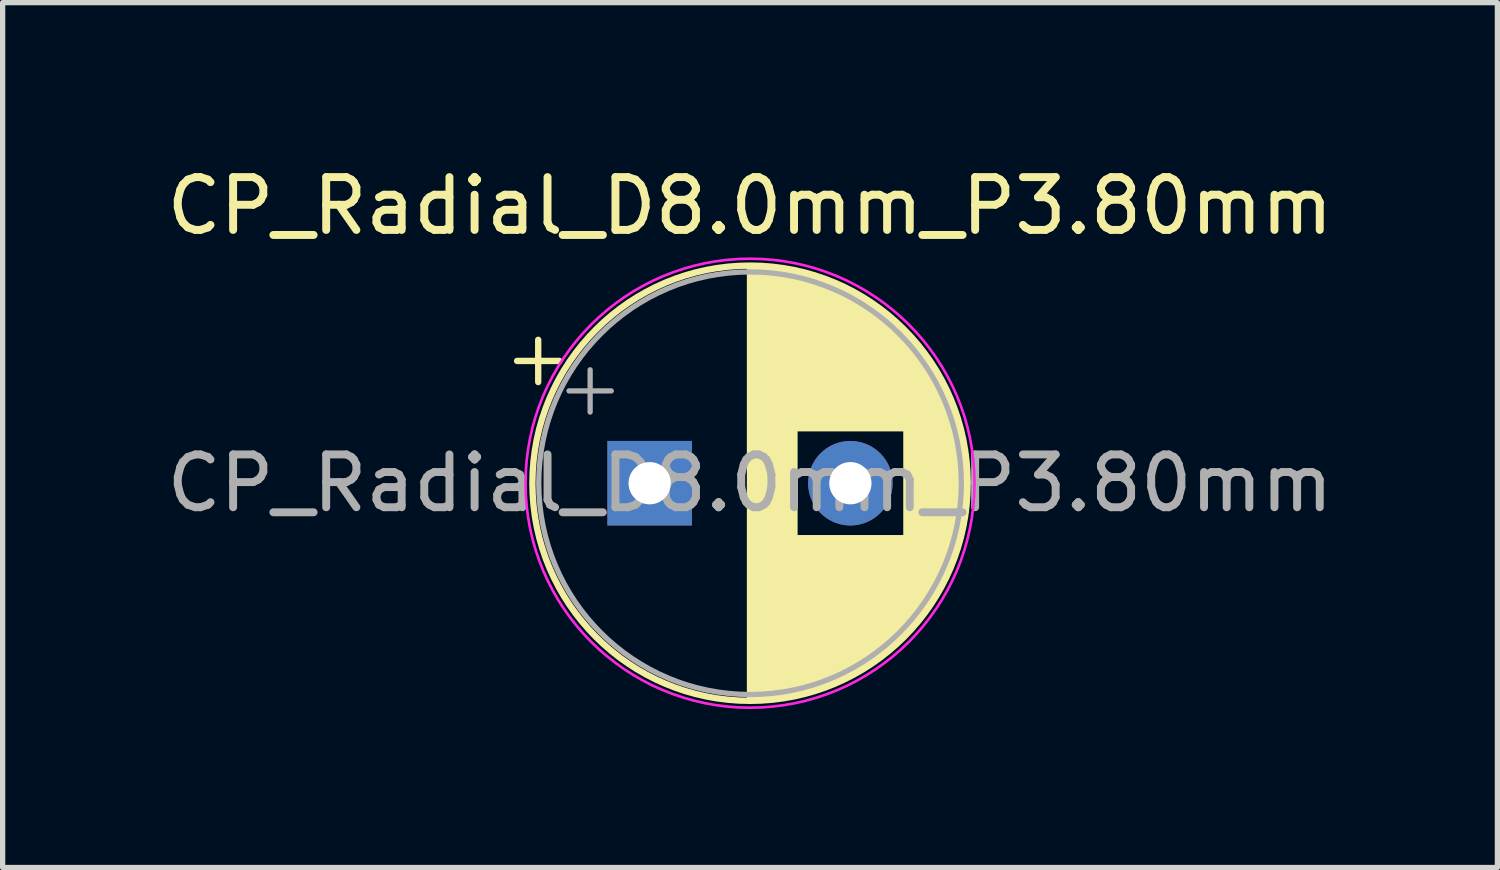
<source format=kicad_pcb>
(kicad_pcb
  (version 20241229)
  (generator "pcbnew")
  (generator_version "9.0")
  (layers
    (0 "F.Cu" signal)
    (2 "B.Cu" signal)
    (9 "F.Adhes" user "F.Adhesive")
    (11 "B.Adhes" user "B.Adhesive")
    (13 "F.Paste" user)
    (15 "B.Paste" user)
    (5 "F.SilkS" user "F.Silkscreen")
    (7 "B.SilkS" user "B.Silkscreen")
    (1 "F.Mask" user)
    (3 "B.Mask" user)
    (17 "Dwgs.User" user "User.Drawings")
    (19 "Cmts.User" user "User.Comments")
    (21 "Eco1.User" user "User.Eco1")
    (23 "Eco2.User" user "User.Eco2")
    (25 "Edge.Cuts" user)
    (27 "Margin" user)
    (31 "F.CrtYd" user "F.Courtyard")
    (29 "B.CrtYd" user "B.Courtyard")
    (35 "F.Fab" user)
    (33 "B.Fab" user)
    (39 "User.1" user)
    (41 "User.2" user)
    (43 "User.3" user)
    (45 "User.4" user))
  (footprint "CP_Radial_D8.0mm_P3.80mm"
    (layer "F.Cu")
    (at 11.149 6.098)
    (property "Reference" "CP_Radial_D8.0mm_P3.80mm" (at 0 -5.25 0) (layer "F.SilkS") (effects (font (size 1 1) (thickness 0.15))))
    (attr through_hole)
    (fp_line (start -4.41 -2.315) (end -3.61 -2.315) (stroke (width 0.12) (type solid)) (layer "F.SilkS"))
    (fp_line (start -4.01 -2.715) (end -4.01 -1.915) (stroke (width 0.12) (type solid)) (layer "F.SilkS"))
    (fp_line (start 0 -4.08) (end 0 4.08) (stroke (width 0.12) (type solid)) (layer "F.SilkS"))
    (fp_line (start 0.04 -4.08) (end 0.04 4.08) (stroke (width 0.12) (type solid)) (layer "F.SilkS"))
    (fp_line (start 0.08 -4.08) (end 0.08 4.08) (stroke (width 0.12) (type solid)) (layer "F.SilkS"))
    (fp_line (start 0.12 -4.079) (end 0.12 4.079) (stroke (width 0.12) (type solid)) (layer "F.SilkS"))
    (fp_line (start 0.16 -4.077) (end 0.16 4.077) (stroke (width 0.12) (type solid)) (layer "F.SilkS"))
    (fp_line (start 0.2 -4.076) (end 0.2 4.076) (stroke (width 0.12) (type solid)) (layer "F.SilkS"))
    (fp_line (start 0.24 -4.074) (end 0.24 4.074) (stroke (width 0.12) (type solid)) (layer "F.SilkS"))
    (fp_line (start 0.28 -4.071) (end 0.28 4.071) (stroke (width 0.12) (type solid)) (layer "F.SilkS"))
    (fp_line (start 0.32 -4.068) (end 0.32 4.068) (stroke (width 0.12) (type solid)) (layer "F.SilkS"))
    (fp_line (start 0.36 -4.065) (end 0.36 4.065) (stroke (width 0.12) (type solid)) (layer "F.SilkS"))
    (fp_line (start 0.4 -4.061) (end 0.4 4.061) (stroke (width 0.12) (type solid)) (layer "F.SilkS"))
    (fp_line (start 0.44 -4.057) (end 0.44 4.057) (stroke (width 0.12) (type solid)) (layer "F.SilkS"))
    (fp_line (start 0.48 -4.052) (end 0.48 4.052) (stroke (width 0.12) (type solid)) (layer "F.SilkS"))
    (fp_line (start 0.52 -4.048) (end 0.52 4.048) (stroke (width 0.12) (type solid)) (layer "F.SilkS"))
    (fp_line (start 0.56 -4.042) (end 0.56 4.042) (stroke (width 0.12) (type solid)) (layer "F.SilkS"))
    (fp_line (start 0.6 -4.037) (end 0.6 4.037) (stroke (width 0.12) (type solid)) (layer "F.SilkS"))
    (fp_line (start 0.64 -4.03) (end 0.64 4.03) (stroke (width 0.12) (type solid)) (layer "F.SilkS"))
    (fp_line (start 0.68 -4.024) (end 0.68 4.024) (stroke (width 0.12) (type solid)) (layer "F.SilkS"))
    (fp_line (start 0.721 -4.017) (end 0.721 4.017) (stroke (width 0.12) (type solid)) (layer "F.SilkS"))
    (fp_line (start 0.761 -4.01) (end 0.761 4.01) (stroke (width 0.12) (type solid)) (layer "F.SilkS"))
    (fp_line (start 0.801 -4.002) (end 0.801 4.002) (stroke (width 0.12) (type solid)) (layer "F.SilkS"))
    (fp_line (start 0.841 -3.994) (end 0.841 3.994) (stroke (width 0.12) (type solid)) (layer "F.SilkS"))
    (fp_line (start 0.881 -3.985) (end 0.881 -1.04) (stroke (width 0.12) (type solid)) (layer "F.SilkS"))
    (fp_line (start 0.881 1.04) (end 0.881 3.985) (stroke (width 0.12) (type solid)) (layer "F.SilkS"))
    (fp_line (start 0.921 -3.976) (end 0.921 -1.04) (stroke (width 0.12) (type solid)) (layer "F.SilkS"))
    (fp_line (start 0.921 1.04) (end 0.921 3.976) (stroke (width 0.12) (type solid)) (layer "F.SilkS"))
    (fp_line (start 0.961 -3.967) (end 0.961 -1.04) (stroke (width 0.12) (type solid)) (layer "F.SilkS"))
    (fp_line (start 0.961 1.04) (end 0.961 3.967) (stroke (width 0.12) (type solid)) (layer "F.SilkS"))
    (fp_line (start 1.001 -3.957) (end 1.001 -1.04) (stroke (width 0.12) (type solid)) (layer "F.SilkS"))
    (fp_line (start 1.001 1.04) (end 1.001 3.957) (stroke (width 0.12) (type solid)) (layer "F.SilkS"))
    (fp_line (start 1.041 -3.947) (end 1.041 -1.04) (stroke (width 0.12) (type solid)) (layer "F.SilkS"))
    (fp_line (start 1.041 1.04) (end 1.041 3.947) (stroke (width 0.12) (type solid)) (layer "F.SilkS"))
    (fp_line (start 1.081 -3.936) (end 1.081 -1.04) (stroke (width 0.12) (type solid)) (layer "F.SilkS"))
    (fp_line (start 1.081 1.04) (end 1.081 3.936) (stroke (width 0.12) (type solid)) (layer "F.SilkS"))
    (fp_line (start 1.121 -3.925) (end 1.121 -1.04) (stroke (width 0.12) (type solid)) (layer "F.SilkS"))
    (fp_line (start 1.121 1.04) (end 1.121 3.925) (stroke (width 0.12) (type solid)) (layer "F.SilkS"))
    (fp_line (start 1.161 -3.914) (end 1.161 -1.04) (stroke (width 0.12) (type solid)) (layer "F.SilkS"))
    (fp_line (start 1.161 1.04) (end 1.161 3.914) (stroke (width 0.12) (type solid)) (layer "F.SilkS"))
    (fp_line (start 1.201 -3.902) (end 1.201 -1.04) (stroke (width 0.12) (type solid)) (layer "F.SilkS"))
    (fp_line (start 1.201 1.04) (end 1.201 3.902) (stroke (width 0.12) (type solid)) (layer "F.SilkS"))
    (fp_line (start 1.241 -3.889) (end 1.241 -1.04) (stroke (width 0.12) (type solid)) (layer "F.SilkS"))
    (fp_line (start 1.241 1.04) (end 1.241 3.889) (stroke (width 0.12) (type solid)) (layer "F.SilkS"))
    (fp_line (start 1.281 -3.877) (end 1.281 -1.04) (stroke (width 0.12) (type solid)) (layer "F.SilkS"))
    (fp_line (start 1.281 1.04) (end 1.281 3.877) (stroke (width 0.12) (type solid)) (layer "F.SilkS"))
    (fp_line (start 1.321 -3.863) (end 1.321 -1.04) (stroke (width 0.12) (type solid)) (layer "F.SilkS"))
    (fp_line (start 1.321 1.04) (end 1.321 3.863) (stroke (width 0.12) (type solid)) (layer "F.SilkS"))
    (fp_line (start 1.361 -3.85) (end 1.361 -1.04) (stroke (width 0.12) (type solid)) (layer "F.SilkS"))
    (fp_line (start 1.361 1.04) (end 1.361 3.85) (stroke (width 0.12) (type solid)) (layer "F.SilkS"))
    (fp_line (start 1.401 -3.835) (end 1.401 -1.04) (stroke (width 0.12) (type solid)) (layer "F.SilkS"))
    (fp_line (start 1.401 1.04) (end 1.401 3.835) (stroke (width 0.12) (type solid)) (layer "F.SilkS"))
    (fp_line (start 1.441 -3.821) (end 1.441 -1.04) (stroke (width 0.12) (type solid)) (layer "F.SilkS"))
    (fp_line (start 1.441 1.04) (end 1.441 3.821) (stroke (width 0.12) (type solid)) (layer "F.SilkS"))
    (fp_line (start 1.481 -3.805) (end 1.481 -1.04) (stroke (width 0.12) (type solid)) (layer "F.SilkS"))
    (fp_line (start 1.481 1.04) (end 1.481 3.805) (stroke (width 0.12) (type solid)) (layer "F.SilkS"))
    (fp_line (start 1.521 -3.79) (end 1.521 -1.04) (stroke (width 0.12) (type solid)) (layer "F.SilkS"))
    (fp_line (start 1.521 1.04) (end 1.521 3.79) (stroke (width 0.12) (type solid)) (layer "F.SilkS"))
    (fp_line (start 1.561 -3.774) (end 1.561 -1.04) (stroke (width 0.12) (type solid)) (layer "F.SilkS"))
    (fp_line (start 1.561 1.04) (end 1.561 3.774) (stroke (width 0.12) (type solid)) (layer "F.SilkS"))
    (fp_line (start 1.601 -3.757) (end 1.601 -1.04) (stroke (width 0.12) (type solid)) (layer "F.SilkS"))
    (fp_line (start 1.601 1.04) (end 1.601 3.757) (stroke (width 0.12) (type solid)) (layer "F.SilkS"))
    (fp_line (start 1.641 -3.74) (end 1.641 -1.04) (stroke (width 0.12) (type solid)) (layer "F.SilkS"))
    (fp_line (start 1.641 1.04) (end 1.641 3.74) (stroke (width 0.12) (type solid)) (layer "F.SilkS"))
    (fp_line (start 1.681 -3.722) (end 1.681 -1.04) (stroke (width 0.12) (type solid)) (layer "F.SilkS"))
    (fp_line (start 1.681 1.04) (end 1.681 3.722) (stroke (width 0.12) (type solid)) (layer "F.SilkS"))
    (fp_line (start 1.721 -3.704) (end 1.721 -1.04) (stroke (width 0.12) (type solid)) (layer "F.SilkS"))
    (fp_line (start 1.721 1.04) (end 1.721 3.704) (stroke (width 0.12) (type solid)) (layer "F.SilkS"))
    (fp_line (start 1.761 -3.686) (end 1.761 -1.04) (stroke (width 0.12) (type solid)) (layer "F.SilkS"))
    (fp_line (start 1.761 1.04) (end 1.761 3.686) (stroke (width 0.12) (type solid)) (layer "F.SilkS"))
    (fp_line (start 1.801 -3.666) (end 1.801 -1.04) (stroke (width 0.12) (type solid)) (layer "F.SilkS"))
    (fp_line (start 1.801 1.04) (end 1.801 3.666) (stroke (width 0.12) (type solid)) (layer "F.SilkS"))
    (fp_line (start 1.841 -3.647) (end 1.841 -1.04) (stroke (width 0.12) (type solid)) (layer "F.SilkS"))
    (fp_line (start 1.841 1.04) (end 1.841 3.647) (stroke (width 0.12) (type solid)) (layer "F.SilkS"))
    (fp_line (start 1.881 -3.627) (end 1.881 -1.04) (stroke (width 0.12) (type solid)) (layer "F.SilkS"))
    (fp_line (start 1.881 1.04) (end 1.881 3.627) (stroke (width 0.12) (type solid)) (layer "F.SilkS"))
    (fp_line (start 1.921 -3.606) (end 1.921 -1.04) (stroke (width 0.12) (type solid)) (layer "F.SilkS"))
    (fp_line (start 1.921 1.04) (end 1.921 3.606) (stroke (width 0.12) (type solid)) (layer "F.SilkS"))
    (fp_line (start 1.961 -3.584) (end 1.961 -1.04) (stroke (width 0.12) (type solid)) (layer "F.SilkS"))
    (fp_line (start 1.961 1.04) (end 1.961 3.584) (stroke (width 0.12) (type solid)) (layer "F.SilkS"))
    (fp_line (start 2.001 -3.562) (end 2.001 -1.04) (stroke (width 0.12) (type solid)) (layer "F.SilkS"))
    (fp_line (start 2.001 1.04) (end 2.001 3.562) (stroke (width 0.12) (type solid)) (layer "F.SilkS"))
    (fp_line (start 2.041 -3.54) (end 2.041 -1.04) (stroke (width 0.12) (type solid)) (layer "F.SilkS"))
    (fp_line (start 2.041 1.04) (end 2.041 3.54) (stroke (width 0.12) (type solid)) (layer "F.SilkS"))
    (fp_line (start 2.081 -3.517) (end 2.081 -1.04) (stroke (width 0.12) (type solid)) (layer "F.SilkS"))
    (fp_line (start 2.081 1.04) (end 2.081 3.517) (stroke (width 0.12) (type solid)) (layer "F.SilkS"))
    (fp_line (start 2.121 -3.493) (end 2.121 -1.04) (stroke (width 0.12) (type solid)) (layer "F.SilkS"))
    (fp_line (start 2.121 1.04) (end 2.121 3.493) (stroke (width 0.12) (type solid)) (layer "F.SilkS"))
    (fp_line (start 2.161 -3.469) (end 2.161 -1.04) (stroke (width 0.12) (type solid)) (layer "F.SilkS"))
    (fp_line (start 2.161 1.04) (end 2.161 3.469) (stroke (width 0.12) (type solid)) (layer "F.SilkS"))
    (fp_line (start 2.201 -3.444) (end 2.201 -1.04) (stroke (width 0.12) (type solid)) (layer "F.SilkS"))
    (fp_line (start 2.201 1.04) (end 2.201 3.444) (stroke (width 0.12) (type solid)) (layer "F.SilkS"))
    (fp_line (start 2.241 -3.418) (end 2.241 -1.04) (stroke (width 0.12) (type solid)) (layer "F.SilkS"))
    (fp_line (start 2.241 1.04) (end 2.241 3.418) (stroke (width 0.12) (type solid)) (layer "F.SilkS"))
    (fp_line (start 2.281 -3.392) (end 2.281 -1.04) (stroke (width 0.12) (type solid)) (layer "F.SilkS"))
    (fp_line (start 2.281 1.04) (end 2.281 3.392) (stroke (width 0.12) (type solid)) (layer "F.SilkS"))
    (fp_line (start 2.321 -3.365) (end 2.321 -1.04) (stroke (width 0.12) (type solid)) (layer "F.SilkS"))
    (fp_line (start 2.321 1.04) (end 2.321 3.365) (stroke (width 0.12) (type solid)) (layer "F.SilkS"))
    (fp_line (start 2.361 -3.338) (end 2.361 -1.04) (stroke (width 0.12) (type solid)) (layer "F.SilkS"))
    (fp_line (start 2.361 1.04) (end 2.361 3.338) (stroke (width 0.12) (type solid)) (layer "F.SilkS"))
    (fp_line (start 2.401 -3.309) (end 2.401 -1.04) (stroke (width 0.12) (type solid)) (layer "F.SilkS"))
    (fp_line (start 2.401 1.04) (end 2.401 3.309) (stroke (width 0.12) (type solid)) (layer "F.SilkS"))
    (fp_line (start 2.441 -3.28) (end 2.441 -1.04) (stroke (width 0.12) (type solid)) (layer "F.SilkS"))
    (fp_line (start 2.441 1.04) (end 2.441 3.28) (stroke (width 0.12) (type solid)) (layer "F.SilkS"))
    (fp_line (start 2.481 -3.25) (end 2.481 -1.04) (stroke (width 0.12) (type solid)) (layer "F.SilkS"))
    (fp_line (start 2.481 1.04) (end 2.481 3.25) (stroke (width 0.12) (type solid)) (layer "F.SilkS"))
    (fp_line (start 2.521 -3.22) (end 2.521 -1.04) (stroke (width 0.12) (type solid)) (layer "F.SilkS"))
    (fp_line (start 2.521 1.04) (end 2.521 3.22) (stroke (width 0.12) (type solid)) (layer "F.SilkS"))
    (fp_line (start 2.561 -3.189) (end 2.561 -1.04) (stroke (width 0.12) (type solid)) (layer "F.SilkS"))
    (fp_line (start 2.561 1.04) (end 2.561 3.189) (stroke (width 0.12) (type solid)) (layer "F.SilkS"))
    (fp_line (start 2.601 -3.156) (end 2.601 -1.04) (stroke (width 0.12) (type solid)) (layer "F.SilkS"))
    (fp_line (start 2.601 1.04) (end 2.601 3.156) (stroke (width 0.12) (type solid)) (layer "F.SilkS"))
    (fp_line (start 2.641 -3.124) (end 2.641 -1.04) (stroke (width 0.12) (type solid)) (layer "F.SilkS"))
    (fp_line (start 2.641 1.04) (end 2.641 3.124) (stroke (width 0.12) (type solid)) (layer "F.SilkS"))
    (fp_line (start 2.681 -3.09) (end 2.681 -1.04) (stroke (width 0.12) (type solid)) (layer "F.SilkS"))
    (fp_line (start 2.681 1.04) (end 2.681 3.09) (stroke (width 0.12) (type solid)) (layer "F.SilkS"))
    (fp_line (start 2.721 -3.055) (end 2.721 -1.04) (stroke (width 0.12) (type solid)) (layer "F.SilkS"))
    (fp_line (start 2.721 1.04) (end 2.721 3.055) (stroke (width 0.12) (type solid)) (layer "F.SilkS"))
    (fp_line (start 2.761 -3.019) (end 2.761 -1.04) (stroke (width 0.12) (type solid)) (layer "F.SilkS"))
    (fp_line (start 2.761 1.04) (end 2.761 3.019) (stroke (width 0.12) (type solid)) (layer "F.SilkS"))
    (fp_line (start 2.801 -2.983) (end 2.801 -1.04) (stroke (width 0.12) (type solid)) (layer "F.SilkS"))
    (fp_line (start 2.801 1.04) (end 2.801 2.983) (stroke (width 0.12) (type solid)) (layer "F.SilkS"))
    (fp_line (start 2.841 -2.945) (end 2.841 -1.04) (stroke (width 0.12) (type solid)) (layer "F.SilkS"))
    (fp_line (start 2.841 1.04) (end 2.841 2.945) (stroke (width 0.12) (type solid)) (layer "F.SilkS"))
    (fp_line (start 2.881 -2.907) (end 2.881 -1.04) (stroke (width 0.12) (type solid)) (layer "F.SilkS"))
    (fp_line (start 2.881 1.04) (end 2.881 2.907) (stroke (width 0.12) (type solid)) (layer "F.SilkS"))
    (fp_line (start 2.921 -2.867) (end 2.921 -1.04) (stroke (width 0.12) (type solid)) (layer "F.SilkS"))
    (fp_line (start 2.921 1.04) (end 2.921 2.867) (stroke (width 0.12) (type solid)) (layer "F.SilkS"))
    (fp_line (start 2.961 -2.826) (end 2.961 2.826) (stroke (width 0.12) (type solid)) (layer "F.SilkS"))
    (fp_line (start 3.001 -2.784) (end 3.001 2.784) (stroke (width 0.12) (type solid)) (layer "F.SilkS"))
    (fp_line (start 3.041 -2.741) (end 3.041 2.741) (stroke (width 0.12) (type solid)) (layer "F.SilkS"))
    (fp_line (start 3.081 -2.697) (end 3.081 2.697) (stroke (width 0.12) (type solid)) (layer "F.SilkS"))
    (fp_line (start 3.121 -2.651) (end 3.121 2.651) (stroke (width 0.12) (type solid)) (layer "F.SilkS"))
    (fp_line (start 3.161 -2.604) (end 3.161 2.604) (stroke (width 0.12) (type solid)) (layer "F.SilkS"))
    (fp_line (start 3.201 -2.556) (end 3.201 2.556) (stroke (width 0.12) (type solid)) (layer "F.SilkS"))
    (fp_line (start 3.241 -2.505) (end 3.241 2.505) (stroke (width 0.12) (type solid)) (layer "F.SilkS"))
    (fp_line (start 3.281 -2.454) (end 3.281 2.454) (stroke (width 0.12) (type solid)) (layer "F.SilkS"))
    (fp_line (start 3.321 -2.4) (end 3.321 2.4) (stroke (width 0.12) (type solid)) (layer "F.SilkS"))
    (fp_line (start 3.361 -2.345) (end 3.361 2.345) (stroke (width 0.12) (type solid)) (layer "F.SilkS"))
    (fp_line (start 3.401 -2.287) (end 3.401 2.287) (stroke (width 0.12) (type solid)) (layer "F.SilkS"))
    (fp_line (start 3.441 -2.228) (end 3.441 2.228) (stroke (width 0.12) (type solid)) (layer "F.SilkS"))
    (fp_line (start 3.481 -2.166) (end 3.481 2.166) (stroke (width 0.12) (type solid)) (layer "F.SilkS"))
    (fp_line (start 3.521 -2.102) (end 3.521 2.102) (stroke (width 0.12) (type solid)) (layer "F.SilkS"))
    (fp_line (start 3.561 -2.034) (end 3.561 2.034) (stroke (width 0.12) (type solid)) (layer "F.SilkS"))
    (fp_line (start 3.601 -1.964) (end 3.601 1.964) (stroke (width 0.12) (type solid)) (layer "F.SilkS"))
    (fp_line (start 3.641 -1.89) (end 3.641 1.89) (stroke (width 0.12) (type solid)) (layer "F.SilkS"))
    (fp_line (start 3.681 -1.813) (end 3.681 1.813) (stroke (width 0.12) (type solid)) (layer "F.SilkS"))
    (fp_line (start 3.721 -1.731) (end 3.721 1.731) (stroke (width 0.12) (type solid)) (layer "F.SilkS"))
    (fp_line (start 3.761 -1.645) (end 3.761 1.645) (stroke (width 0.12) (type solid)) (layer "F.SilkS"))
    (fp_line (start 3.801 -1.552) (end 3.801 1.552) (stroke (width 0.12) (type solid)) (layer "F.SilkS"))
    (fp_line (start 3.841 -1.453) (end 3.841 1.453) (stroke (width 0.12) (type solid)) (layer "F.SilkS"))
    (fp_line (start 3.881 -1.346) (end 3.881 1.346) (stroke (width 0.12) (type solid)) (layer "F.SilkS"))
    (fp_line (start 3.921 -1.229) (end 3.921 1.229) (stroke (width 0.12) (type solid)) (layer "F.SilkS"))
    (fp_line (start 3.961 -1.098) (end 3.961 1.098) (stroke (width 0.12) (type solid)) (layer "F.SilkS"))
    (fp_line (start 4.001 -0.948) (end 4.001 0.948) (stroke (width 0.12) (type solid)) (layer "F.SilkS"))
    (fp_line (start 4.041 -0.768) (end 4.041 0.768) (stroke (width 0.12) (type solid)) (layer "F.SilkS"))
    (fp_line (start 4.081 -0.533) (end 4.081 0.533) (stroke (width 0.12) (type solid)) (layer "F.SilkS"))
    (fp_circle (center 0 0) (end 4.12 0) (stroke (width 0.12) (type solid)) (fill no) (layer "F.SilkS"))
    (fp_circle (center 0 0) (end 4.25 0) (stroke (width 0.05) (type solid)) (fill no) (layer "F.CrtYd"))
    (fp_line (start -3.427 -1.748) (end -2.627 -1.748) (stroke (width 0.1) (type solid)) (layer "F.Fab"))
    (fp_line (start -3.027 -2.147) (end -3.027 -1.347) (stroke (width 0.1) (type solid)) (layer "F.Fab"))
    (fp_circle (center 0 0) (end 4 0) (stroke (width 0.1) (type solid)) (fill no) (layer "F.Fab"))
    (fp_text user "${REFERENCE}" (at 0 0 0) (layer "F.Fab") (effects (font (size 1 1) (thickness 0.15))))
    (pad "1" thru_hole rect (at -1.9 0) (size 1.6 1.6) (drill 0.8) (layers "*.Cu" "*.Mask"))
    (pad "2" thru_hole circle (at 1.9 0) (size 1.6 1.6) (drill 0.8) (layers "*.Cu" "*.Mask")))
  (gr_rect
    (start -3 -3)
    (end 25.298 13.373)
    (stroke (width 0.1) (type default))
    (fill no)
    (layer "Edge.Cuts")))
</source>
